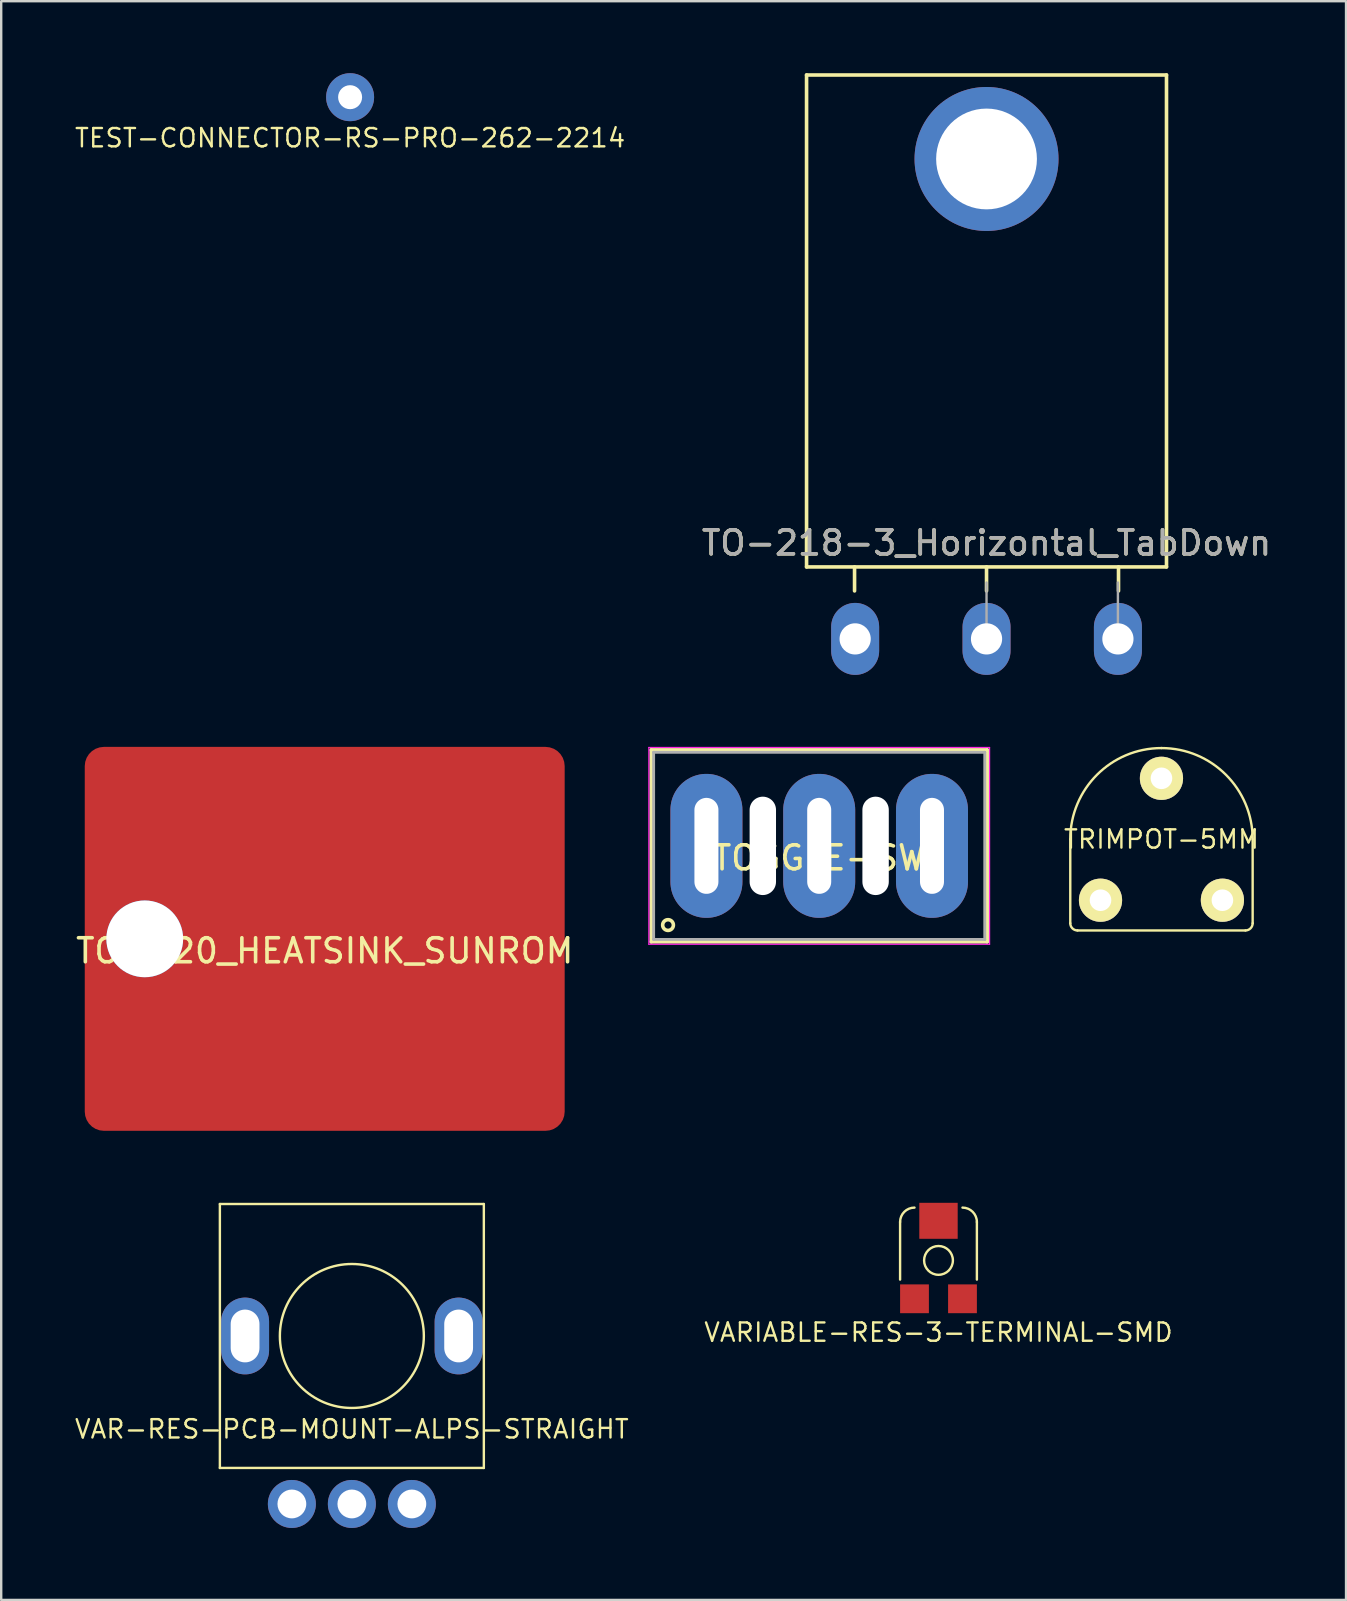
<source format=kicad_pcb>
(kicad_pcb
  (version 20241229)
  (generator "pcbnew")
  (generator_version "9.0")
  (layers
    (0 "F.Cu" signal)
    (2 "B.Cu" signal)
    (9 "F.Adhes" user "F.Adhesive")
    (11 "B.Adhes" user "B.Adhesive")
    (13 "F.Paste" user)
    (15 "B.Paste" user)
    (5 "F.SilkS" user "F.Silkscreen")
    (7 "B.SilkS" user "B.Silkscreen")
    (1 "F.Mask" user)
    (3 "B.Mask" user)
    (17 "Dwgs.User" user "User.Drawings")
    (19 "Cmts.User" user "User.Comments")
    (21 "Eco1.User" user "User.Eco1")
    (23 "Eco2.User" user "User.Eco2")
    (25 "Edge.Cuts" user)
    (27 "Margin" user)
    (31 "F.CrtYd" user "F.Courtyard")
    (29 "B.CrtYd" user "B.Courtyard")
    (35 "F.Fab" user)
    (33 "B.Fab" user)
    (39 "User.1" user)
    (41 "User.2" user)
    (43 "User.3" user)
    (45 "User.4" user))
  (footprint "VAR-RES-PCB-MOUNT-ALPS-STRAIGHT"
    (layer "F.Cu")
    (at 11.613 56.125)
    (property "Reference" "VAR-RES-PCB-MOUNT-ALPS-STRAIGHT" (at 0 0.381 0) (layer "F.SilkS") (effects (font (size 0.762 0.762) (thickness 0.1))))
    (attr through_hole)
    (fp_line (start -5.5 -9) (end 5.5 -9) (stroke (width 0.1) (type solid)) (layer "F.SilkS"))
    (fp_line (start -5.5 2) (end -5.5 -9) (stroke (width 0.1) (type solid)) (layer "F.SilkS"))
    (fp_line (start 5.5 -9) (end 5.5 2) (stroke (width 0.1) (type solid)) (layer "F.SilkS"))
    (fp_line (start 5.5 2) (end -5.5 2) (stroke (width 0.1) (type solid)) (layer "F.SilkS"))
    (fp_circle (center 0 -3.5) (end 3 -3.5) (stroke (width 0.1) (type solid)) (fill no) (layer "F.SilkS"))
    (pad "" thru_hole oval (at -4.45 -3.5) (size 2 3.2) (drill oval 1.2 2.2) (layers "*.Cu" "*.Mask"))
    (pad "" thru_hole oval (at 4.45 -3.5) (size 2 3.2) (drill oval 1.2 2.2) (layers "*.Cu" "*.Mask"))
    (pad "1" thru_hole circle (at -2.5 3.5) (size 2 2) (drill 1.2) (layers "*.Cu" "*.Mask"))
    (pad "2" thru_hole circle (at 0 3.5) (size 2 2) (drill 1.2) (layers "*.Cu" "*.Mask"))
    (pad "3" thru_hole circle (at 2.5 3.5) (size 2 2) (drill 1.2) (layers "*.Cu" "*.Mask")))
  (footprint "TRIMPOT-5MM"
    (layer "F.Cu")
    (at 45.352 31.925)
    (property "Reference" "TRIMPOT-5MM" (at 0 0 0) (layer "F.SilkS") (effects (font (size 0.762 0.762) (thickness 0.1))))
    (attr through_hole)
    (fp_line (start -3.8 0) (end -3.8 3.5) (stroke (width 0.1) (type solid)) (layer "F.SilkS"))
    (fp_line (start -3.5 3.8) (end 3.5 3.8) (stroke (width 0.1) (type solid)) (layer "F.SilkS"))
    (fp_line (start 3.8 0) (end 3.8 3.5) (stroke (width 0.1) (type solid)) (layer "F.SilkS"))
    (fp_arc (start -3.8 0) (mid -2.687006 -2.687006) (end 0 -3.8) (stroke (width 0.1) (type solid)) (layer "F.SilkS"))
    (fp_arc (start -3.5 3.8) (mid -3.712132 3.712132) (end -3.8 3.5) (stroke (width 0.1) (type solid)) (layer "F.SilkS"))
    (fp_arc (start 0 -3.8) (mid 2.687006 -2.687006) (end 3.8 0) (stroke (width 0.1) (type solid)) (layer "F.SilkS"))
    (fp_arc (start 3.8 3.5) (mid 3.712132 3.712132) (end 3.5 3.8) (stroke (width 0.1) (type solid)) (layer "F.SilkS"))
    (pad "1" thru_hole circle (at -2.54 2.54) (size 1.8 1.8) (drill 0.9) (layers "*.Cu" "*.Mask" "F.SilkS"))
    (pad "2" thru_hole circle (at 0 -2.54) (size 1.8 1.8) (drill 0.9) (layers "*.Cu" "*.Mask" "F.SilkS"))
    (pad "3" thru_hole circle (at 2.54 2.54) (size 1.8 1.8) (drill 0.9) (layers "*.Cu" "*.Mask" "F.SilkS")))
  (footprint "TO-220_HEATSINK_SUNROM"
    (layer "F.Cu")
    (at 10.482 36.075)
    (property "Reference" "TO-220_HEATSINK_SUNROM" (at 0 0.5 0) (layer "F.SilkS") (effects (font (size 1 1) (thickness 0.15))))
    (attr through_hole)
    (pad "1" thru_hole circle (at -7.5 0) (size 3.2 3.2) (drill 3.2) (layers "*.Cu" "*.Mask"))
    (pad "1" smd roundrect (at 0 0) (size 20 16) (layers "F.Cu" "F.Mask") (roundrect_rratio 0.05)))
  (footprint "TO-218-3_Horizontal_TabDown"
    (layer "F.Cu")
    (at 38.062 23.575)
    (property "Reference" "TO-218-3_Horizontal_TabDown" (at 0 -4 0) (layer "F.SilkS") (effects (font (size 1 1) (thickness 0.15))))
    (attr through_hole)
    (fp_line (start -7.5 -23.5) (end -7.5 -3) (stroke (width 0.15) (type solid)) (layer "F.SilkS"))
    (fp_line (start -7.5 -3) (end 7.5 -3) (stroke (width 0.15) (type solid)) (layer "F.SilkS"))
    (fp_line (start -5.5 -3) (end -5.5 -2) (stroke (width 0.15) (type solid)) (layer "F.SilkS"))
    (fp_line (start 0 -3) (end 0 -2) (stroke (width 0.15) (type solid)) (layer "F.SilkS"))
    (fp_line (start 5.5 -3) (end 5.5 -2) (stroke (width 0.15) (type solid)) (layer "F.SilkS"))
    (fp_line (start 7.5 -23.5) (end -7.5 -23.5) (stroke (width 0.15) (type solid)) (layer "F.SilkS"))
    (fp_line (start 7.5 -3) (end 7.5 -23.5) (stroke (width 0.15) (type solid)) (layer "F.SilkS"))
    (fp_line (start 0 -2.35) (end 0 0) (stroke (width 0.1) (type solid)) (layer "F.Fab"))
    (fp_line (start 5.475 -2.35) (end 5.475 0) (stroke (width 0.1) (type solid)) (layer "F.Fab"))
    (fp_text user "${REFERENCE}" (at 0 -4 0) (layer "F.Fab") (effects (font (size 1 1) (thickness 0.15))))
    (pad "1" thru_hole oval (at -5.475 0) (size 2 3) (drill 1.3) (layers "*.Cu" "*.Mask"))
    (pad "2" thru_hole oval (at 0 0) (size 2 3) (drill 1.3) (layers "*.Cu" "*.Mask"))
    (pad "3" thru_hole oval (at 5.475 0) (size 2 3) (drill 1.3) (layers "*.Cu" "*.Mask"))
    (pad "4" thru_hole circle (at 0 -20) (size 6 6) (drill 4.2) (layers "*.Cu" "*.Mask")))
  (footprint "VARIABLE-RES-3-TERMINAL-SMD"
    (layer "F.Cu")
    (at 36.06 49.475)
    (property "Reference" "VARIABLE-RES-3-TERMINAL-SMD" (at 0 3 0) (layer "F.SilkS") (effects (font (size 0.762 0.762) (thickness 0.1))))
    (attr through_hole)
    (fp_line (start -1.6 -1.6) (end -1.6 0.8) (stroke (width 0.1) (type solid)) (layer "F.SilkS"))
    (fp_line (start 1.6 0.8) (end 1.6 -1.6) (stroke (width 0.1) (type solid)) (layer "F.SilkS"))
    (fp_arc (start -1.6 -1.6) (mid -1.424264 -2.024264) (end -1 -2.2) (stroke (width 0.1) (type solid)) (layer "F.SilkS"))
    (fp_arc (start 1 -2.2) (mid 1.424264 -2.024264) (end 1.6 -1.6) (stroke (width 0.1) (type solid)) (layer "F.SilkS"))
    (fp_circle (center 0 0) (end 0.6 0) (stroke (width 0.1) (type solid)) (fill no) (layer "F.SilkS"))
    (pad "1" smd rect (at -1 1.6) (size 1.2 1.2) (layers "F.Cu" "F.Mask" "F.Paste"))
    (pad "2" smd rect (at 0 -1.65) (size 1.6 1.5) (layers "F.Cu" "F.Mask" "F.Paste"))
    (pad "3" smd rect (at 1 1.6) (size 1.2 1.2) (layers "F.Cu" "F.Mask" "F.Paste")))
  (footprint "TOGGLE-SW"
    (layer "F.Cu")
    (at 31.089 32.2)
    (property "Reference" "TOGGLE-SW" (at 0 0.5 0) (layer "F.SilkS") (effects (font (size 1 1) (thickness 0.15))))
    (attr through_hole)
    (fp_line (start -7 -4) (end 7 -4) (stroke (width 0.15) (type solid)) (layer "F.SilkS"))
    (fp_line (start -7 4) (end -7 -4) (stroke (width 0.15) (type solid)) (layer "F.SilkS"))
    (fp_line (start 7 -4) (end 7 4) (stroke (width 0.15) (type solid)) (layer "F.SilkS"))
    (fp_line (start 7 4) (end -7 4) (stroke (width 0.15) (type solid)) (layer "F.SilkS"))
    (fp_circle (center -6.3 3.3) (end -6.2 3.5) (stroke (width 0.15) (type solid)) (fill no) (layer "F.SilkS"))
    (fp_line (start -7.1 -4.1) (end 7.1 -4.1) (stroke (width 0.05) (type solid)) (layer "F.CrtYd"))
    (fp_line (start -7.1 4.1) (end -7.1 -4.1) (stroke (width 0.05) (type solid)) (layer "F.CrtYd"))
    (fp_line (start 7.1 -4.1) (end 7.1 4.1) (stroke (width 0.05) (type solid)) (layer "F.CrtYd"))
    (fp_line (start 7.1 4.1) (end -7.1 4.1) (stroke (width 0.05) (type solid)) (layer "F.CrtYd"))
    (fp_line (start -6.9 -3.9) (end 6.9 -3.9) (stroke (width 0.12) (type solid)) (layer "F.Fab"))
    (fp_line (start -6.9 3.9) (end -6.9 -3.9) (stroke (width 0.12) (type solid)) (layer "F.Fab"))
    (fp_line (start 6.9 -3.9) (end 6.9 3.9) (stroke (width 0.12) (type solid)) (layer "F.Fab"))
    (fp_line (start 6.9 3.9) (end -6.9 3.9) (stroke (width 0.12) (type solid)) (layer "F.Fab"))
    (pad "" np_thru_hole oval (at -2.35 0) (size 1.1 4.1) (drill oval 1.1 4.1) (layers "*.Cu" "*.Mask"))
    (pad "" np_thru_hole oval (at 2.35 0) (size 1.1 4.1) (drill oval 1.1 4.1) (layers "*.Cu" "*.Mask"))
    (pad "1" thru_hole oval (at -4.7 0) (size 3 6) (drill oval 1 4) (layers "*.Cu" "*.Mask"))
    (pad "2" thru_hole oval (at 0 0) (size 3 6) (drill oval 1 4) (layers "*.Cu" "*.Mask"))
    (pad "3" thru_hole oval (at 4.7 0) (size 3 6) (drill oval 1 4) (layers "*.Cu" "*.Mask")))
  (footprint "TEST-CONNECTOR-RS-PRO-262-2214"
    (layer "F.Cu")
    (at 11.54 1)
    (property "Reference" "TEST-CONNECTOR-RS-PRO-262-2214" (at 0 1.7 0) (layer "F.SilkS") (effects (font (size 0.762 0.762) (thickness 0.1))))
    (attr through_hole)
    (pad "1" thru_hole circle (at 0 0) (size 2 2) (drill 1) (layers "*.Cu" "*.Mask")))
  (gr_rect
    (start -3 -3)
    (end 53.044 63.625)
    (stroke (width 0.1) (type default))
    (fill no)
    (layer "Edge.Cuts")))
</source>
